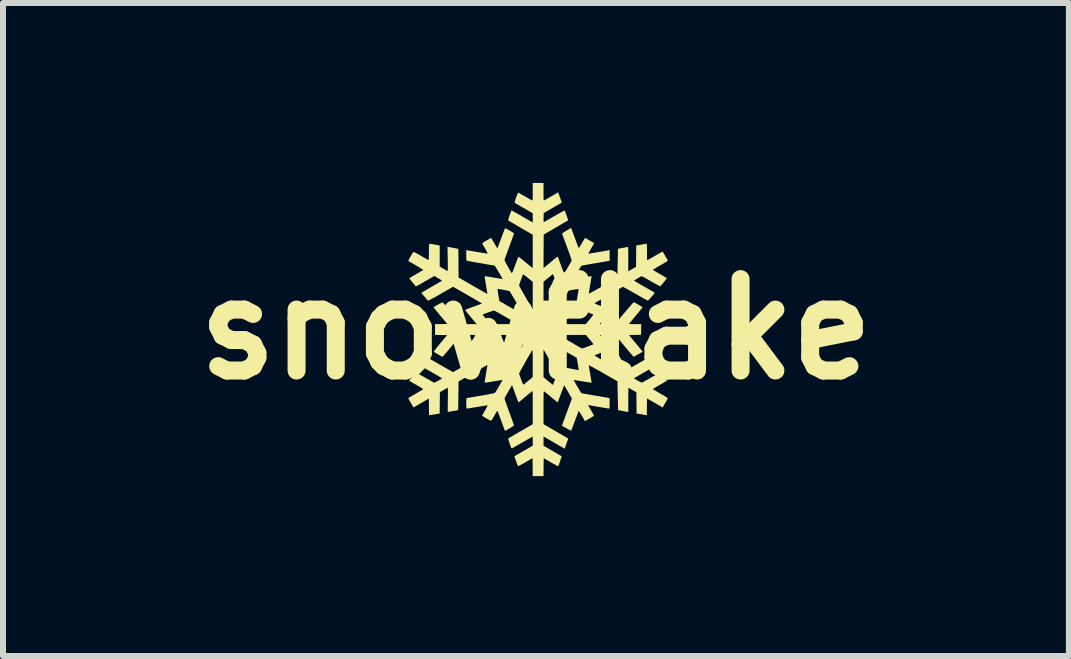
<source format=kicad_pcb>
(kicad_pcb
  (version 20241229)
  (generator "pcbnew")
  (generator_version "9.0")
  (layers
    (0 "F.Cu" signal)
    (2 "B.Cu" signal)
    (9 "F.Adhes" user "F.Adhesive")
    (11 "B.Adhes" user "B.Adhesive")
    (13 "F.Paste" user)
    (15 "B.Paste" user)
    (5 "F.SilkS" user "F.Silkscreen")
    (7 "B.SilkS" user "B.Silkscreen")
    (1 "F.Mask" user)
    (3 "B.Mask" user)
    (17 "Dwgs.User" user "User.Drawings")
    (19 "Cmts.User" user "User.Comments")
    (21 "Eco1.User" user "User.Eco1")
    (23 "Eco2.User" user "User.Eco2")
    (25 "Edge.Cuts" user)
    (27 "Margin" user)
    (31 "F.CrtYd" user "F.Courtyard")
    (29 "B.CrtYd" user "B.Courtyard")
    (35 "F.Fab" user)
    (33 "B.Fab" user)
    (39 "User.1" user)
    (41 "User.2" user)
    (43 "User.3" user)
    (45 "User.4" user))
  (footprint "snowflake"
    (layer "F.Cu")
    (at 5.886 2.438)
    (property "Reference" "snowflake" (at 0 0 0) (layer "F.SilkS") (effects (font (size 1.524 1.524) (thickness 0.3))))
    (attr board_only exclude_from_pos_files exclude_from_bom)
    (fp_poly (pts (xy 0.126 -2.29) (xy 0.126 -2.244) (xy 0.126 -2.208) (xy 0.127 -2.182) (xy 0.128 -2.164) (xy 0.129 -2.153) (xy 0.131 -2.147) (xy 0.134 -2.146) (xy 0.134 -2.146) (xy 0.142 -2.15) (xy 0.157 -2.159) (xy 0.18 -2.171) (xy 0.207 -2.187) (xy 0.236 -2.204) (xy 0.267 -2.221) (xy 0.296 -2.238) (xy 0.323 -2.254) (xy 0.345 -2.267) (xy 0.351 -2.271) (xy 0.369 -2.282) (xy 0.4 -2.197) (xy 0.411 -2.167) (xy 0.42 -2.142) (xy 0.426 -2.123) (xy 0.429 -2.112) (xy 0.429 -2.11) (xy 0.424 -2.107) (xy 0.409 -2.098) (xy 0.387 -2.085) (xy 0.358 -2.069) (xy 0.325 -2.049) (xy 0.287 -2.027) (xy 0.278 -2.022) (xy 0.129 -1.936) (xy 0.127 -1.86) (xy 0.127 -1.828) (xy 0.127 -1.807) (xy 0.128 -1.794) (xy 0.13 -1.788) (xy 0.133 -1.786) (xy 0.134 -1.787) (xy 0.142 -1.791) (xy 0.158 -1.8) (xy 0.182 -1.813) (xy 0.212 -1.831) (xy 0.248 -1.851) (xy 0.287 -1.874) (xy 0.309 -1.886) (xy 0.35 -1.91) (xy 0.387 -1.931) (xy 0.419 -1.949) (xy 0.446 -1.963) (xy 0.466 -1.973) (xy 0.477 -1.978) (xy 0.479 -1.978) (xy 0.483 -1.971) (xy 0.489 -1.955) (xy 0.497 -1.932) (xy 0.507 -1.904) (xy 0.511 -1.894) (xy 0.538 -1.815) (xy 0.333 -1.696) (xy 0.129 -1.577) (xy 0.127 -1.297) (xy 0.126 -1.018) (xy 0.202 -1.081) (xy 0.245 -1.116) (xy 0.279 -1.145) (xy 0.305 -1.167) (xy 0.326 -1.183) (xy 0.341 -1.195) (xy 0.351 -1.203) (xy 0.357 -1.207) (xy 0.361 -1.209) (xy 0.362 -1.209) (xy 0.363 -1.209) (xy 0.365 -1.202) (xy 0.372 -1.187) (xy 0.381 -1.163) (xy 0.392 -1.132) (xy 0.405 -1.097) (xy 0.414 -1.075) (xy 0.427 -1.037) (xy 0.44 -1.003) (xy 0.451 -0.974) (xy 0.46 -0.952) (xy 0.465 -0.939) (xy 0.466 -0.936) (xy 0.47 -0.936) (xy 0.478 -0.944) (xy 0.49 -0.962) (xy 0.507 -0.989) (xy 0.528 -1.025) (xy 0.547 -1.057) (xy 0.563 -1.085) (xy 0.577 -1.11) (xy 0.587 -1.127) (xy 0.592 -1.136) (xy 0.593 -1.141) (xy 0.593 -1.148) (xy 0.59 -1.16) (xy 0.586 -1.176) (xy 0.579 -1.198) (xy 0.569 -1.228) (xy 0.555 -1.265) (xy 0.538 -1.312) (xy 0.518 -1.366) (xy 0.5 -1.415) (xy 0.484 -1.46) (xy 0.469 -1.501) (xy 0.456 -1.536) (xy 0.446 -1.563) (xy 0.439 -1.582) (xy 0.436 -1.591) (xy 0.436 -1.592) (xy 0.44 -1.598) (xy 0.454 -1.609) (xy 0.476 -1.623) (xy 0.505 -1.641) (xy 0.51 -1.644) (xy 0.586 -1.688) (xy 0.598 -1.657) (xy 0.603 -1.643) (xy 0.612 -1.619) (xy 0.623 -1.588) (xy 0.637 -1.552) (xy 0.651 -1.513) (xy 0.659 -1.491) (xy 0.673 -1.453) (xy 0.686 -1.419) (xy 0.697 -1.391) (xy 0.705 -1.369) (xy 0.711 -1.356) (xy 0.712 -1.352) (xy 0.716 -1.356) (xy 0.725 -1.368) (xy 0.738 -1.388) (xy 0.753 -1.413) (xy 0.766 -1.435) (xy 0.782 -1.463) (xy 0.797 -1.488) (xy 0.809 -1.507) (xy 0.816 -1.519) (xy 0.819 -1.521) (xy 0.824 -1.518) (xy 0.838 -1.511) (xy 0.857 -1.5) (xy 0.88 -1.487) (xy 0.905 -1.473) (xy 0.928 -1.459) (xy 0.948 -1.448) (xy 0.962 -1.439) (xy 0.969 -1.435) (xy 0.969 -1.435) (xy 0.967 -1.429) (xy 0.959 -1.415) (xy 0.948 -1.394) (xy 0.933 -1.368) (xy 0.92 -1.345) (xy 0.903 -1.317) (xy 0.89 -1.292) (xy 0.88 -1.273) (xy 0.875 -1.261) (xy 0.874 -1.258) (xy 0.881 -1.259) (xy 0.898 -1.261) (xy 0.923 -1.266) (xy 0.954 -1.271) (xy 0.99 -1.277) (xy 1.028 -1.283) (xy 1.067 -1.29) (xy 1.105 -1.296) (xy 1.14 -1.302) (xy 1.17 -1.308) (xy 1.194 -1.312) (xy 1.209 -1.315) (xy 1.211 -1.315) (xy 1.228 -1.319) (xy 1.228 -1.14) (xy 1.008 -1.102) (xy 0.957 -1.094) (xy 0.91 -1.086) (xy 0.867 -1.078) (xy 0.83 -1.072) (xy 0.801 -1.067) (xy 0.78 -1.063) (xy 0.77 -1.061) (xy 0.77 -1.061) (xy 0.763 -1.058) (xy 0.756 -1.052) (xy 0.748 -1.042) (xy 0.737 -1.027) (xy 0.723 -1.004) (xy 0.704 -0.973) (xy 0.691 -0.95) (xy 0.672 -0.918) (xy 0.656 -0.889) (xy 0.643 -0.866) (xy 0.635 -0.849) (xy 0.632 -0.84) (xy 0.632 -0.84) (xy 0.638 -0.84) (xy 0.655 -0.842) (xy 0.68 -0.845) (xy 0.712 -0.85) (xy 0.749 -0.856) (xy 0.78 -0.861) (xy 0.82 -0.868) (xy 0.856 -0.874) (xy 0.886 -0.879) (xy 0.909 -0.882) (xy 0.923 -0.884) (xy 0.926 -0.884) (xy 0.926 -0.878) (xy 0.924 -0.862) (xy 0.92 -0.837) (xy 0.915 -0.805) (xy 0.909 -0.768) (xy 0.904 -0.742) (xy 0.898 -0.702) (xy 0.892 -0.666) (xy 0.887 -0.636) (xy 0.884 -0.613) (xy 0.882 -0.598) (xy 0.882 -0.595) (xy 0.887 -0.596) (xy 0.902 -0.602) (xy 0.927 -0.615) (xy 0.961 -0.633) (xy 1.002 -0.656) (xy 1.052 -0.684) (xy 1.109 -0.717) (xy 1.12 -0.723) (xy 1.357 -0.86) (xy 1.36 -1.009) (xy 1.361 -1.057) (xy 1.362 -1.107) (xy 1.363 -1.156) (xy 1.364 -1.2) (xy 1.365 -1.237) (xy 1.365 -1.249) (xy 1.366 -1.34) (xy 1.449 -1.356) (xy 1.479 -1.361) (xy 1.505 -1.366) (xy 1.524 -1.37) (xy 1.534 -1.371) (xy 1.536 -1.372) (xy 1.536 -1.366) (xy 1.537 -1.349) (xy 1.538 -1.324) (xy 1.538 -1.29) (xy 1.539 -1.25) (xy 1.539 -1.205) (xy 1.539 -1.168) (xy 1.539 -0.965) (xy 1.604 -1.002) (xy 1.668 -1.04) (xy 1.67 -1.218) (xy 1.67 -1.262) (xy 1.671 -1.303) (xy 1.671 -1.338) (xy 1.672 -1.366) (xy 1.672 -1.385) (xy 1.673 -1.395) (xy 1.673 -1.395) (xy 1.679 -1.396) (xy 1.695 -1.399) (xy 1.718 -1.403) (xy 1.747 -1.408) (xy 1.758 -1.41) (xy 1.788 -1.416) (xy 1.815 -1.42) (xy 1.834 -1.424) (xy 1.845 -1.425) (xy 1.846 -1.425) (xy 1.847 -1.42) (xy 1.849 -1.404) (xy 1.85 -1.379) (xy 1.85 -1.347) (xy 1.851 -1.311) (xy 1.851 -1.288) (xy 1.851 -1.248) (xy 1.851 -1.214) (xy 1.852 -1.185) (xy 1.853 -1.164) (xy 1.854 -1.152) (xy 1.855 -1.15) (xy 1.861 -1.153) (xy 1.877 -1.161) (xy 1.899 -1.173) (xy 1.927 -1.189) (xy 1.96 -1.208) (xy 1.984 -1.222) (xy 2.019 -1.242) (xy 2.051 -1.26) (xy 2.077 -1.275) (xy 2.097 -1.286) (xy 2.108 -1.292) (xy 2.111 -1.294) (xy 2.115 -1.289) (xy 2.123 -1.276) (xy 2.135 -1.256) (xy 2.149 -1.232) (xy 2.151 -1.229) (xy 2.166 -1.203) (xy 2.179 -1.18) (xy 2.19 -1.162) (xy 2.196 -1.152) (xy 2.196 -1.152) (xy 2.198 -1.148) (xy 2.198 -1.144) (xy 2.195 -1.139) (xy 2.187 -1.132) (xy 2.173 -1.123) (xy 2.153 -1.111) (xy 2.125 -1.094) (xy 2.087 -1.073) (xy 2.076 -1.066) (xy 2.04 -1.046) (xy 2.009 -1.027) (xy 1.983 -1.011) (xy 1.963 -0.999) (xy 1.952 -0.991) (xy 1.95 -0.988) (xy 1.955 -0.984) (xy 1.97 -0.975) (xy 1.992 -0.962) (xy 2.019 -0.946) (xy 2.051 -0.928) (xy 2.059 -0.923) (xy 2.092 -0.904) (xy 2.122 -0.887) (xy 2.147 -0.873) (xy 2.165 -0.862) (xy 2.175 -0.855) (xy 2.176 -0.855) (xy 2.179 -0.851) (xy 2.179 -0.845) (xy 2.174 -0.837) (xy 2.164 -0.823) (xy 2.148 -0.803) (xy 2.132 -0.784) (xy 2.112 -0.76) (xy 2.095 -0.74) (xy 2.082 -0.725) (xy 2.074 -0.717) (xy 2.073 -0.716) (xy 2.066 -0.718) (xy 2.051 -0.725) (xy 2.028 -0.737) (xy 1.998 -0.753) (xy 1.964 -0.772) (xy 1.926 -0.794) (xy 1.915 -0.8) (xy 1.868 -0.827) (xy 1.829 -0.849) (xy 1.8 -0.865) (xy 1.778 -0.875) (xy 1.764 -0.881) (xy 1.756 -0.882) (xy 1.755 -0.882) (xy 1.746 -0.877) (xy 1.73 -0.867) (xy 1.708 -0.855) (xy 1.69 -0.845) (xy 1.668 -0.831) (xy 1.65 -0.82) (xy 1.638 -0.812) (xy 1.635 -0.809) (xy 1.64 -0.806) (xy 1.655 -0.797) (xy 1.677 -0.783) (xy 1.706 -0.766) (xy 1.74 -0.746) (xy 1.779 -0.724) (xy 1.801 -0.711) (xy 1.842 -0.688) (xy 1.88 -0.666) (xy 1.913 -0.647) (xy 1.941 -0.632) (xy 1.961 -0.62) (xy 1.973 -0.613) (xy 1.976 -0.611) (xy 1.978 -0.607) (xy 1.974 -0.599) (xy 1.965 -0.585) (xy 1.949 -0.566) (xy 1.929 -0.543) (xy 1.909 -0.52) (xy 1.891 -0.5) (xy 1.878 -0.485) (xy 1.87 -0.477) (xy 1.869 -0.476) (xy 1.862 -0.478) (xy 1.847 -0.486) (xy 1.823 -0.498) (xy 1.793 -0.514) (xy 1.758 -0.534) (xy 1.717 -0.556) (xy 1.676 -0.58) (xy 1.632 -0.605) (xy 1.59 -0.629) (xy 1.553 -0.65) (xy 1.521 -0.668) (xy 1.495 -0.682) (xy 1.477 -0.692) (xy 1.469 -0.697) (xy 1.45 -0.707) (xy 1.215 -0.571) (xy 1.166 -0.544) (xy 1.121 -0.517) (xy 1.08 -0.494) (xy 1.044 -0.473) (xy 1.014 -0.456) (xy 0.992 -0.443) (xy 0.979 -0.434) (xy 0.975 -0.432) (xy 0.979 -0.429) (xy 0.993 -0.422) (xy 1.015 -0.413) (xy 1.044 -0.401) (xy 1.078 -0.388) (xy 1.106 -0.378) (xy 1.145 -0.364) (xy 1.179 -0.351) (xy 1.208 -0.34) (xy 1.231 -0.331) (xy 1.244 -0.325) (xy 1.248 -0.323) (xy 1.246 -0.317) (xy 1.236 -0.302) (xy 1.219 -0.279) (xy 1.195 -0.248) (xy 1.164 -0.21) (xy 1.126 -0.164) (xy 1.085 -0.115) (xy 1.059 -0.084) (xy 1.317 -0.084) (xy 1.471 -0.268) (xy 1.505 -0.308) (xy 1.536 -0.345) (xy 1.565 -0.378) (xy 1.589 -0.406) (xy 1.609 -0.428) (xy 1.623 -0.443) (xy 1.63 -0.45) (xy 1.631 -0.45) (xy 1.64 -0.446) (xy 1.655 -0.438) (xy 1.676 -0.427) (xy 1.699 -0.413) (xy 1.723 -0.4) (xy 1.745 -0.387) (xy 1.763 -0.376) (xy 1.775 -0.368) (xy 1.779 -0.365) (xy 1.775 -0.36) (xy 1.764 -0.347) (xy 1.748 -0.327) (xy 1.727 -0.301) (xy 1.702 -0.271) (xy 1.674 -0.237) (xy 1.665 -0.226) (xy 1.636 -0.192) (xy 1.61 -0.16) (xy 1.588 -0.133) (xy 1.57 -0.111) (xy 1.557 -0.096) (xy 1.552 -0.088) (xy 1.551 -0.087) (xy 1.557 -0.086) (xy 1.573 -0.085) (xy 1.596 -0.084) (xy 1.626 -0.084) (xy 1.653 -0.084) (xy 1.755 -0.084) (xy 1.753 0.004) (xy 1.752 0.093) (xy 1.651 0.096) (xy 1.551 0.099) (xy 1.665 0.236) (xy 1.693 0.27) (xy 1.72 0.302) (xy 1.742 0.329) (xy 1.76 0.351) (xy 1.772 0.366) (xy 1.778 0.374) (xy 1.779 0.374) (xy 1.774 0.378) (xy 1.761 0.386) (xy 1.742 0.397) (xy 1.719 0.411) (xy 1.695 0.424) (xy 1.671 0.438) (xy 1.651 0.449) (xy 1.636 0.457) (xy 1.628 0.461) (xy 1.628 0.461) (xy 1.623 0.457) (xy 1.612 0.444) (xy 1.595 0.424) (xy 1.573 0.398) (xy 1.546 0.366) (xy 1.516 0.33) (xy 1.483 0.291) (xy 1.473 0.279) (xy 1.321 0.096) (xy 1.193 0.096) (xy 1.156 0.096) (xy 1.123 0.096) (xy 1.096 0.097) (xy 1.076 0.098) (xy 1.067 0.099) (xy 1.066 0.099) (xy 1.07 0.104) (xy 1.08 0.117) (xy 1.096 0.137) (xy 1.117 0.162) (xy 1.141 0.191) (xy 1.159 0.213) (xy 1.185 0.244) (xy 1.208 0.273) (xy 1.227 0.296) (xy 1.241 0.315) (xy 1.25 0.326) (xy 1.252 0.329) (xy 1.246 0.332) (xy 1.231 0.339) (xy 1.208 0.348) (xy 1.178 0.36) (xy 1.143 0.373) (xy 1.115 0.383) (xy 1.077 0.397) (xy 1.043 0.41) (xy 1.014 0.421) (xy 0.992 0.429) (xy 0.978 0.435) (xy 0.975 0.437) (xy 0.979 0.44) (xy 0.993 0.449) (xy 1.014 0.462) (xy 1.042 0.479) (xy 1.075 0.499) (xy 1.113 0.521) (xy 1.154 0.545) (xy 1.196 0.57) (xy 1.239 0.594) (xy 1.281 0.619) (xy 1.321 0.642) (xy 1.357 0.662) (xy 1.389 0.681) (xy 1.416 0.695) (xy 1.435 0.706) (xy 1.446 0.711) (xy 1.448 0.712) (xy 1.454 0.709) (xy 1.47 0.701) (xy 1.494 0.689) (xy 1.525 0.672) (xy 1.562 0.653) (xy 1.602 0.63) (xy 1.647 0.605) (xy 1.693 0.579) (xy 1.74 0.552) (xy 1.787 0.525) (xy 1.833 0.499) (xy 1.848 0.49) (xy 1.867 0.479) (xy 1.925 0.546) (xy 1.947 0.573) (xy 1.962 0.591) (xy 1.971 0.604) (xy 1.975 0.612) (xy 1.975 0.618) (xy 1.972 0.622) (xy 1.972 0.622) (xy 1.964 0.627) (xy 1.948 0.637) (xy 1.923 0.651) (xy 1.892 0.669) (xy 1.857 0.689) (xy 1.817 0.712) (xy 1.798 0.723) (xy 1.758 0.746) (xy 1.722 0.767) (xy 1.69 0.786) (xy 1.664 0.801) (xy 1.646 0.812) (xy 1.636 0.819) (xy 1.635 0.82) (xy 1.64 0.824) (xy 1.654 0.833) (xy 1.673 0.844) (xy 1.698 0.858) (xy 1.698 0.859) (xy 1.726 0.874) (xy 1.745 0.883) (xy 1.758 0.888) (xy 1.767 0.89) (xy 1.775 0.888) (xy 1.777 0.887) (xy 1.785 0.882) (xy 1.803 0.873) (xy 1.827 0.859) (xy 1.856 0.843) (xy 1.888 0.824) (xy 1.923 0.805) (xy 1.957 0.785) (xy 1.989 0.767) (xy 2.017 0.751) (xy 2.04 0.737) (xy 2.052 0.73) (xy 2.07 0.719) (xy 2.129 0.788) (xy 2.149 0.812) (xy 2.166 0.833) (xy 2.178 0.849) (xy 2.185 0.858) (xy 2.185 0.859) (xy 2.18 0.863) (xy 2.165 0.871) (xy 2.143 0.884) (xy 2.115 0.9) (xy 2.083 0.918) (xy 2.065 0.928) (xy 2.031 0.948) (xy 2.001 0.965) (xy 1.977 0.98) (xy 1.96 0.992) (xy 1.95 0.998) (xy 1.949 1) (xy 1.955 1.004) (xy 1.97 1.013) (xy 1.992 1.026) (xy 2.02 1.043) (xy 2.053 1.062) (xy 2.075 1.075) (xy 2.11 1.095) (xy 2.14 1.113) (xy 2.166 1.129) (xy 2.185 1.141) (xy 2.196 1.149) (xy 2.198 1.151) (xy 2.195 1.158) (xy 2.187 1.173) (xy 2.176 1.194) (xy 2.161 1.22) (xy 2.155 1.231) (xy 2.113 1.306) (xy 2.094 1.294) (xy 2.082 1.287) (xy 2.062 1.276) (xy 2.037 1.261) (xy 2.009 1.245) (xy 1.978 1.227) (xy 1.947 1.209) (xy 1.918 1.193) (xy 1.892 1.178) (xy 1.872 1.166) (xy 1.858 1.159) (xy 1.853 1.156) (xy 1.852 1.162) (xy 1.851 1.178) (xy 1.851 1.202) (xy 1.85 1.234) (xy 1.85 1.271) (xy 1.849 1.295) (xy 1.848 1.435) (xy 1.762 1.42) (xy 1.677 1.406) (xy 1.674 1.052) (xy 1.609 1.014) (xy 1.584 1) (xy 1.563 0.988) (xy 1.548 0.98) (xy 1.542 0.976) (xy 1.541 0.976) (xy 1.541 0.982) (xy 1.54 0.998) (xy 1.54 1.024) (xy 1.54 1.057) (xy 1.539 1.097) (xy 1.539 1.142) (xy 1.539 1.179) (xy 1.539 1.382) (xy 1.454 1.366) (xy 1.369 1.35) (xy 1.365 1.182) (xy 1.364 1.134) (xy 1.363 1.086) (xy 1.362 1.039) (xy 1.361 0.998) (xy 1.361 0.964) (xy 1.36 0.943) (xy 1.36 0.87) (xy 1.12 0.732) (xy 1.068 0.702) (xy 1.02 0.676) (xy 0.978 0.652) (xy 0.943 0.633) (xy 0.914 0.618) (xy 0.894 0.607) (xy 0.883 0.602) (xy 0.88 0.602) (xy 0.881 0.61) (xy 0.884 0.628) (xy 0.888 0.655) (xy 0.894 0.688) (xy 0.9 0.725) (xy 0.905 0.749) (xy 0.911 0.789) (xy 0.917 0.824) (xy 0.922 0.854) (xy 0.925 0.876) (xy 0.927 0.889) (xy 0.927 0.892) (xy 0.921 0.892) (xy 0.905 0.89) (xy 0.88 0.887) (xy 0.848 0.882) (xy 0.811 0.876) (xy 0.779 0.871) (xy 0.738 0.864) (xy 0.702 0.858) (xy 0.671 0.853) (xy 0.648 0.85) (xy 0.634 0.848) (xy 0.63 0.848) (xy 0.632 0.853) (xy 0.639 0.868) (xy 0.651 0.889) (xy 0.666 0.917) (xy 0.684 0.948) (xy 0.69 0.958) (xy 0.715 1.001) (xy 0.735 1.034) (xy 0.75 1.055) (xy 0.76 1.067) (xy 0.764 1.069) (xy 0.772 1.071) (xy 0.791 1.074) (xy 0.819 1.079) (xy 0.854 1.085) (xy 0.896 1.092) (xy 0.942 1.1) (xy 0.988 1.108) (xy 1.038 1.116) (xy 1.084 1.124) (xy 1.125 1.131) (xy 1.16 1.137) (xy 1.188 1.142) (xy 1.207 1.146) (xy 1.214 1.147) (xy 1.22 1.149) (xy 1.223 1.152) (xy 1.226 1.159) (xy 1.227 1.171) (xy 1.228 1.191) (xy 1.228 1.22) (xy 1.228 1.237) (xy 1.228 1.271) (xy 1.227 1.295) (xy 1.226 1.31) (xy 1.224 1.319) (xy 1.221 1.323) (xy 1.217 1.324) (xy 1.209 1.323) (xy 1.19 1.32) (xy 1.163 1.315) (xy 1.129 1.31) (xy 1.089 1.303) (xy 1.046 1.296) (xy 1.038 1.294) (xy 0.869 1.265) (xy 0.877 1.281) (xy 0.883 1.292) (xy 0.894 1.311) (xy 0.908 1.335) (xy 0.924 1.362) (xy 0.927 1.368) (xy 0.942 1.394) (xy 0.955 1.417) (xy 0.963 1.434) (xy 0.967 1.443) (xy 0.967 1.444) (xy 0.961 1.448) (xy 0.947 1.457) (xy 0.928 1.469) (xy 0.915 1.476) (xy 0.89 1.491) (xy 0.866 1.505) (xy 0.847 1.516) (xy 0.841 1.519) (xy 0.817 1.533) (xy 0.767 1.446) (xy 0.75 1.418) (xy 0.735 1.394) (xy 0.723 1.376) (xy 0.715 1.365) (xy 0.712 1.364) (xy 0.709 1.37) (xy 0.703 1.387) (xy 0.693 1.412) (xy 0.681 1.443) (xy 0.667 1.48) (xy 0.652 1.521) (xy 0.65 1.527) (xy 0.634 1.568) (xy 0.62 1.606) (xy 0.608 1.639) (xy 0.598 1.664) (xy 0.591 1.682) (xy 0.587 1.69) (xy 0.587 1.691) (xy 0.581 1.69) (xy 0.566 1.683) (xy 0.545 1.673) (xy 0.519 1.659) (xy 0.508 1.652) (xy 0.432 1.609) (xy 0.449 1.563) (xy 0.455 1.546) (xy 0.465 1.52) (xy 0.478 1.486) (xy 0.492 1.446) (xy 0.509 1.402) (xy 0.526 1.356) (xy 0.533 1.337) (xy 0.599 1.157) (xy 0.536 1.047) (xy 0.517 1.014) (xy 0.5 0.985) (xy 0.486 0.962) (xy 0.476 0.945) (xy 0.471 0.936) (xy 0.47 0.936) (xy 0.468 0.941) (xy 0.462 0.955) (xy 0.453 0.978) (xy 0.442 1.008) (xy 0.429 1.043) (xy 0.417 1.076) (xy 0.402 1.115) (xy 0.389 1.15) (xy 0.378 1.18) (xy 0.37 1.202) (xy 0.364 1.216) (xy 0.363 1.22) (xy 0.358 1.217) (xy 0.345 1.207) (xy 0.326 1.192) (xy 0.301 1.172) (xy 0.272 1.148) (xy 0.25 1.13) (xy 0.219 1.104) (xy 0.191 1.081) (xy 0.166 1.061) (xy 0.148 1.046) (xy 0.136 1.036) (xy 0.133 1.034) (xy 0.131 1.036) (xy 0.13 1.045) (xy 0.128 1.061) (xy 0.127 1.086) (xy 0.127 1.12) (xy 0.126 1.163) (xy 0.126 1.217) (xy 0.126 1.281) (xy 0.126 1.307) (xy 0.126 1.584) (xy 0.331 1.703) (xy 0.376 1.729) (xy 0.418 1.754) (xy 0.455 1.775) (xy 0.486 1.794) (xy 0.511 1.808) (xy 0.529 1.818) (xy 0.537 1.823) (xy 0.537 1.823) (xy 0.536 1.829) (xy 0.531 1.843) (xy 0.524 1.864) (xy 0.515 1.889) (xy 0.506 1.916) (xy 0.497 1.942) (xy 0.489 1.964) (xy 0.482 1.981) (xy 0.478 1.99) (xy 0.478 1.991) (xy 0.472 1.989) (xy 0.458 1.981) (xy 0.436 1.968) (xy 0.407 1.952) (xy 0.373 1.933) (xy 0.336 1.911) (xy 0.323 1.903) (xy 0.284 1.88) (xy 0.246 1.858) (xy 0.212 1.839) (xy 0.184 1.823) (xy 0.163 1.81) (xy 0.15 1.803) (xy 0.148 1.802) (xy 0.126 1.791) (xy 0.126 1.944) (xy 0.276 2.03) (xy 0.314 2.052) (xy 0.349 2.072) (xy 0.379 2.09) (xy 0.403 2.104) (xy 0.42 2.114) (xy 0.428 2.12) (xy 0.428 2.12) (xy 0.427 2.126) (xy 0.422 2.142) (xy 0.415 2.163) (xy 0.407 2.188) (xy 0.397 2.215) (xy 0.388 2.241) (xy 0.38 2.262) (xy 0.373 2.278) (xy 0.37 2.286) (xy 0.37 2.286) (xy 0.364 2.283) (xy 0.349 2.276) (xy 0.327 2.264) (xy 0.3 2.249) (xy 0.267 2.231) (xy 0.248 2.22) (xy 0.129 2.151) (xy 0.127 2.3) (xy 0.126 2.45) (xy -0.054 2.45) (xy -0.057 2.15) (xy -0.176 2.219) (xy -0.21 2.239) (xy -0.241 2.256) (xy -0.267 2.269) (xy -0.286 2.279) (xy -0.297 2.283) (xy -0.3 2.284) (xy -0.304 2.276) (xy -0.31 2.261) (xy -0.318 2.239) (xy -0.328 2.214) (xy -0.337 2.187) (xy -0.346 2.162) (xy -0.353 2.141) (xy -0.357 2.125) (xy -0.359 2.118) (xy -0.359 2.118) (xy -0.353 2.115) (xy -0.338 2.106) (xy -0.316 2.093) (xy -0.287 2.077) (xy -0.253 2.057) (xy -0.215 2.036) (xy -0.205 2.03) (xy -0.054 1.943) (xy -0.054 1.867) (xy -0.054 1.79) (xy -0.07 1.799) (xy -0.08 1.804) (xy -0.098 1.814) (xy -0.123 1.829) (xy -0.155 1.847) (xy -0.191 1.868) (xy -0.231 1.891) (xy -0.247 1.901) (xy -0.292 1.927) (xy -0.328 1.947) (xy -0.356 1.963) (xy -0.376 1.974) (xy -0.391 1.981) (xy -0.401 1.985) (xy -0.407 1.986) (xy -0.41 1.984) (xy -0.412 1.981) (xy -0.413 1.981) (xy -0.428 1.939) (xy -0.441 1.902) (xy -0.451 1.87) (xy -0.458 1.845) (xy -0.462 1.828) (xy -0.462 1.821) (xy -0.462 1.821) (xy -0.455 1.817) (xy -0.44 1.808) (xy -0.416 1.795) (xy -0.386 1.777) (xy -0.35 1.756) (xy -0.309 1.732) (xy -0.265 1.706) (xy -0.255 1.701) (xy -0.054 1.584) (xy -0.054 1.307) (xy -0.054 1.251) (xy -0.054 1.198) (xy -0.054 1.151) (xy -0.055 1.11) (xy -0.055 1.076) (xy -0.056 1.05) (xy -0.056 1.035) (xy -0.056 1.03) (xy -0.062 1.034) (xy -0.075 1.044) (xy -0.094 1.06) (xy -0.12 1.081) (xy -0.149 1.105) (xy -0.175 1.126) (xy -0.29 1.222) (xy -0.298 1.205) (xy -0.302 1.195) (xy -0.31 1.175) (xy -0.32 1.148) (xy -0.332 1.115) (xy -0.346 1.079) (xy -0.352 1.061) (xy -0.399 0.933) (xy -0.46 1.037) (xy -0.479 1.069) (xy -0.495 1.098) (xy -0.509 1.123) (xy -0.519 1.141) (xy -0.524 1.15) (xy -0.524 1.151) (xy -0.523 1.158) (xy -0.518 1.176) (xy -0.509 1.203) (xy -0.498 1.237) (xy -0.483 1.279) (xy -0.467 1.325) (xy -0.448 1.376) (xy -0.446 1.381) (xy -0.428 1.429) (xy -0.412 1.475) (xy -0.397 1.516) (xy -0.385 1.55) (xy -0.376 1.578) (xy -0.37 1.597) (xy -0.367 1.607) (xy -0.367 1.608) (xy -0.373 1.612) (xy -0.387 1.621) (xy -0.406 1.633) (xy -0.429 1.647) (xy -0.453 1.661) (xy -0.476 1.674) (xy -0.496 1.685) (xy -0.51 1.692) (xy -0.517 1.694) (xy -0.517 1.694) (xy -0.52 1.688) (xy -0.526 1.672) (xy -0.535 1.648) (xy -0.546 1.617) (xy -0.56 1.581) (xy -0.574 1.541) (xy -0.575 1.539) (xy -0.59 1.498) (xy -0.604 1.46) (xy -0.616 1.427) (xy -0.627 1.4) (xy -0.634 1.381) (xy -0.638 1.372) (xy -0.64 1.368) (xy -0.642 1.365) (xy -0.645 1.366) (xy -0.65 1.37) (xy -0.657 1.379) (xy -0.666 1.394) (xy -0.68 1.416) (xy -0.697 1.447) (xy -0.72 1.486) (xy -0.727 1.499) (xy -0.737 1.515) (xy -0.746 1.525) (xy -0.75 1.527) (xy -0.757 1.524) (xy -0.772 1.517) (xy -0.793 1.506) (xy -0.816 1.493) (xy -0.84 1.479) (xy -0.863 1.466) (xy -0.882 1.455) (xy -0.894 1.446) (xy -0.898 1.443) (xy -0.895 1.436) (xy -0.888 1.422) (xy -0.876 1.4) (xy -0.861 1.374) (xy -0.85 1.356) (xy -0.834 1.328) (xy -0.821 1.304) (xy -0.811 1.285) (xy -0.806 1.273) (xy -0.806 1.271) (xy -0.812 1.271) (xy -0.829 1.273) (xy -0.854 1.276) (xy -0.887 1.281) (xy -0.925 1.288) (xy -0.968 1.295) (xy -0.975 1.296) (xy -1.018 1.303) (xy -1.058 1.31) (xy -1.093 1.315) (xy -1.121 1.32) (xy -1.141 1.323) (xy -1.151 1.324) (xy -1.151 1.324) (xy -1.156 1.323) (xy -1.158 1.318) (xy -1.16 1.309) (xy -1.161 1.293) (xy -1.162 1.269) (xy -1.162 1.237) (xy -1.162 1.204) (xy -1.161 1.18) (xy -1.16 1.165) (xy -1.159 1.156) (xy -1.155 1.151) (xy -1.151 1.149) (xy -1.148 1.148) (xy -1.14 1.146) (xy -1.12 1.143) (xy -1.092 1.138) (xy -1.056 1.132) (xy -1.014 1.125) (xy -0.967 1.117) (xy -0.917 1.108) (xy -0.913 1.108) (xy -0.849 1.097) (xy -0.796 1.087) (xy -0.754 1.079) (xy -0.722 1.073) (xy -0.7 1.067) (xy -0.687 1.063) (xy -0.682 1.061) (xy -0.677 1.053) (xy -0.667 1.037) (xy -0.653 1.016) (xy -0.638 0.99) (xy -0.621 0.961) (xy -0.605 0.932) (xy -0.589 0.905) (xy -0.576 0.881) (xy -0.565 0.862) (xy -0.559 0.85) (xy -0.559 0.847) (xy -0.565 0.847) (xy -0.581 0.85) (xy -0.606 0.854) (xy -0.638 0.859) (xy -0.675 0.865) (xy -0.707 0.87) (xy -0.758 0.879) (xy -0.797 0.885) (xy -0.826 0.889) (xy -0.845 0.891) (xy -0.854 0.89) (xy -0.855 0.889) (xy -0.855 0.881) (xy -0.852 0.864) (xy -0.849 0.838) (xy -0.843 0.805) (xy -0.837 0.767) (xy -0.832 0.74) (xy -0.832 0.737) (xy -0.282 0.737) (xy -0.28 0.745) (xy -0.274 0.763) (xy -0.266 0.787) (xy -0.255 0.817) (xy -0.248 0.837) (xy -0.235 0.871) (xy -0.226 0.895) (xy -0.219 0.911) (xy -0.214 0.92) (xy -0.209 0.923) (xy -0.205 0.922) (xy -0.203 0.921) (xy -0.195 0.915) (xy -0.179 0.902) (xy -0.158 0.885) (xy -0.134 0.865) (xy -0.123 0.856) (xy -0.055 0.8) (xy -0.054 0.569) (xy -0.054 0.51) (xy -0.054 0.462) (xy -0.055 0.423) (xy -0.055 0.394) (xy -0.056 0.373) (xy -0.057 0.359) (xy -0.058 0.351) (xy -0.06 0.349) (xy -0.062 0.351) (xy -0.07 0.363) (xy -0.082 0.384) (xy -0.098 0.411) (xy -0.117 0.443) (xy -0.138 0.479) (xy -0.16 0.517) (xy -0.182 0.557) (xy -0.204 0.595) (xy -0.225 0.632) (xy -0.243 0.666) (xy -0.259 0.694) (xy -0.271 0.717) (xy -0.279 0.731) (xy -0.282 0.737) (xy -0.832 0.737) (xy -0.826 0.7) (xy -0.821 0.673) (xy -0.641 0.673) (xy -0.637 0.681) (xy -0.63 0.68) (xy -0.621 0.678) (xy -0.602 0.675) (xy -0.576 0.67) (xy -0.546 0.665) (xy -0.531 0.662) (xy -0.5 0.657) (xy -0.473 0.652) (xy -0.453 0.648) (xy -0.441 0.646) (xy -0.44 0.645) (xy -0.436 0.639) (xy -0.427 0.625) (xy -0.414 0.602) (xy -0.397 0.574) (xy -0.378 0.541) (xy -0.357 0.505) (xy -0.335 0.466) (xy -0.313 0.427) (xy -0.291 0.389) (xy -0.27 0.353) (xy -0.262 0.339) (xy 0.126 0.339) (xy 0.126 0.569) (xy 0.126 0.8) (xy 0.202 0.864) (xy 0.228 0.885) (xy 0.25 0.903) (xy 0.268 0.917) (xy 0.279 0.926) (xy 0.282 0.928) (xy 0.285 0.923) (xy 0.291 0.908) (xy 0.3 0.886) (xy 0.31 0.858) (xy 0.319 0.834) (xy 0.331 0.802) (xy 0.34 0.775) (xy 0.348 0.753) (xy 0.352 0.74) (xy 0.353 0.736) (xy 0.351 0.73) (xy 0.342 0.715) (xy 0.329 0.692) (xy 0.312 0.662) (xy 0.292 0.626) (xy 0.269 0.586) (xy 0.243 0.542) (xy 0.24 0.535) (xy 0.126 0.339) (xy -0.262 0.339) (xy -0.251 0.32) (xy -0.235 0.292) (xy -0.223 0.271) (xy -0.215 0.257) (xy -0.214 0.253) (xy 0.284 0.253) (xy 0.287 0.258) (xy 0.294 0.273) (xy 0.307 0.294) (xy 0.322 0.322) (xy 0.341 0.355) (xy 0.362 0.391) (xy 0.384 0.43) (xy 0.406 0.469) (xy 0.428 0.507) (xy 0.449 0.543) (xy 0.468 0.575) (xy 0.484 0.603) (xy 0.497 0.624) (xy 0.505 0.638) (xy 0.509 0.642) (xy 0.515 0.645) (xy 0.531 0.648) (xy 0.555 0.653) (xy 0.583 0.659) (xy 0.614 0.665) (xy 0.645 0.671) (xy 0.674 0.676) (xy 0.699 0.681) (xy 0.708 0.682) (xy 0.712 0.678) (xy 0.712 0.672) (xy 0.711 0.663) (xy 0.708 0.644) (xy 0.704 0.618) (xy 0.699 0.587) (xy 0.696 0.57) (xy 0.679 0.478) (xy 0.483 0.365) (xy 0.438 0.34) (xy 0.398 0.316) (xy 0.361 0.296) (xy 0.331 0.278) (xy 0.307 0.265) (xy 0.291 0.256) (xy 0.284 0.253) (xy 0.284 0.253) (xy -0.214 0.253) (xy -0.213 0.252) (xy -0.213 0.252) (xy -0.219 0.254) (xy -0.233 0.263) (xy -0.255 0.275) (xy -0.284 0.291) (xy -0.317 0.31) (xy -0.353 0.331) (xy -0.392 0.353) (xy -0.431 0.376) (xy -0.469 0.398) (xy -0.506 0.419) (xy -0.538 0.438) (xy -0.566 0.454) (xy -0.588 0.467) (xy -0.601 0.475) (xy -0.606 0.478) (xy -0.608 0.485) (xy -0.612 0.501) (xy -0.617 0.524) (xy -0.622 0.552) (xy -0.627 0.582) (xy -0.632 0.611) (xy -0.636 0.637) (xy -0.639 0.658) (xy -0.641 0.672) (xy -0.641 0.673) (xy -0.821 0.673) (xy -0.82 0.665) (xy -0.815 0.635) (xy -0.812 0.613) (xy -0.81 0.599) (xy -0.81 0.596) (xy -0.815 0.599) (xy -0.83 0.607) (xy -0.853 0.62) (xy -0.883 0.637) (xy -0.92 0.658) (xy -0.961 0.681) (xy -1.007 0.708) (xy -1.051 0.733) (xy -1.291 0.872) (xy -1.294 1.111) (xy -1.297 1.35) (xy -1.382 1.366) (xy -1.412 1.371) (xy -1.439 1.375) (xy -1.458 1.378) (xy -1.469 1.379) (xy -1.47 1.378) (xy -1.471 1.372) (xy -1.471 1.355) (xy -1.471 1.329) (xy -1.471 1.295) (xy -1.471 1.254) (xy -1.47 1.209) (xy -1.469 1.176) (xy -1.469 1.123) (xy -1.468 1.076) (xy -1.468 1.037) (xy -1.468 1.007) (xy -1.469 0.987) (xy -1.47 0.977) (xy -1.471 0.977) (xy -1.478 0.98) (xy -1.493 0.988) (xy -1.514 1) (xy -1.539 1.014) (xy -1.539 1.014) (xy -1.602 1.051) (xy -1.604 1.228) (xy -1.605 1.405) (xy -1.691 1.421) (xy -1.721 1.426) (xy -1.748 1.43) (xy -1.767 1.433) (xy -1.779 1.434) (xy -1.78 1.433) (xy -1.782 1.427) (xy -1.783 1.41) (xy -1.784 1.385) (xy -1.784 1.353) (xy -1.785 1.316) (xy -1.785 1.294) (xy -1.785 1.156) (xy -1.913 1.231) (xy -2.042 1.305) (xy -2.067 1.262) (xy -2.082 1.236) (xy -2.098 1.209) (xy -2.111 1.187) (xy -2.111 1.186) (xy -2.121 1.168) (xy -2.127 1.155) (xy -2.129 1.149) (xy -2.123 1.145) (xy -2.108 1.136) (xy -2.086 1.123) (xy -2.058 1.106) (xy -2.026 1.088) (xy -2.01 1.078) (xy -1.976 1.059) (xy -1.945 1.041) (xy -1.919 1.025) (xy -1.899 1.013) (xy -1.887 1.006) (xy -1.885 1.005) (xy -1.883 1.002) (xy -1.884 0.997) (xy -1.891 0.991) (xy -1.904 0.982) (xy -1.924 0.97) (xy -1.952 0.953) (xy -1.99 0.932) (xy -1.994 0.929) (xy -2.029 0.91) (xy -2.059 0.892) (xy -2.084 0.877) (xy -2.102 0.866) (xy -2.113 0.86) (xy -2.114 0.858) (xy -2.11 0.852) (xy -2.1 0.839) (xy -2.086 0.821) (xy -2.068 0.8) (xy -2.05 0.779) (xy -2.032 0.758) (xy -2.016 0.741) (xy -2.005 0.729) (xy -1.999 0.725) (xy -1.999 0.725) (xy -1.992 0.728) (xy -1.976 0.736) (xy -1.953 0.748) (xy -1.924 0.765) (xy -1.89 0.784) (xy -1.852 0.806) (xy -1.847 0.809) (xy -1.809 0.83) (xy -1.774 0.85) (xy -1.744 0.867) (xy -1.72 0.88) (xy -1.703 0.889) (xy -1.695 0.892) (xy -1.695 0.892) (xy -1.687 0.89) (xy -1.672 0.882) (xy -1.651 0.871) (xy -1.629 0.859) (xy -1.606 0.846) (xy -1.587 0.835) (xy -1.572 0.826) (xy -1.566 0.821) (xy -1.571 0.817) (xy -1.584 0.808) (xy -1.606 0.795) (xy -1.635 0.777) (xy -1.669 0.757) (xy -1.708 0.735) (xy -1.737 0.718) (xy -1.778 0.695) (xy -1.816 0.673) (xy -1.849 0.654) (xy -1.876 0.638) (xy -1.896 0.625) (xy -1.908 0.618) (xy -1.91 0.616) (xy -1.907 0.61) (xy -1.897 0.597) (xy -1.881 0.579) (xy -1.862 0.556) (xy -1.853 0.546) (xy -1.796 0.48) (xy -1.589 0.599) (xy -1.382 0.717) (xy -1.15 0.584) (xy -1.101 0.556) (xy -1.056 0.53) (xy -1.014 0.506) (xy -0.978 0.485) (xy -0.948 0.468) (xy -0.925 0.455) (xy -0.911 0.447) (xy -0.907 0.445) (xy -0.904 0.443) (xy -0.903 0.441) (xy -0.904 0.439) (xy -0.91 0.435) (xy -0.92 0.431) (xy -0.936 0.424) (xy -0.959 0.415) (xy -0.99 0.404) (xy -1.031 0.389) (xy -1.081 0.37) (xy -1.083 0.37) (xy -1.187 0.332) (xy -1.119 0.25) (xy -0.886 0.25) (xy -0.881 0.254) (xy -0.867 0.26) (xy -0.846 0.269) (xy -0.821 0.28) (xy -0.793 0.291) (xy -0.766 0.301) (xy -0.74 0.311) (xy -0.72 0.318) (xy -0.706 0.322) (xy -0.703 0.323) (xy -0.697 0.32) (xy -0.681 0.312) (xy -0.657 0.299) (xy -0.627 0.282) (xy -0.591 0.262) (xy -0.551 0.239) (xy -0.509 0.215) (xy -0.465 0.19) (xy -0.425 0.167) (xy -0.388 0.146) (xy -0.358 0.128) (xy -0.334 0.115) (xy -0.318 0.105) (xy -0.312 0.102) (xy 0.383 0.102) (xy 0.394 0.108) (xy 0.413 0.119) (xy 0.438 0.134) (xy 0.469 0.152) (xy 0.504 0.172) (xy 0.542 0.194) (xy 0.58 0.216) (xy 0.619 0.238) (xy 0.655 0.259) (xy 0.689 0.279) (xy 0.719 0.296) (xy 0.742 0.309) (xy 0.759 0.318) (xy 0.766 0.323) (xy 0.767 0.323) (xy 0.773 0.321) (xy 0.789 0.316) (xy 0.812 0.308) (xy 0.84 0.298) (xy 0.864 0.289) (xy 0.895 0.278) (xy 0.922 0.267) (xy 0.943 0.259) (xy 0.955 0.253) (xy 0.958 0.251) (xy 0.955 0.245) (xy 0.944 0.232) (xy 0.929 0.212) (xy 0.91 0.189) (xy 0.895 0.171) (xy 0.832 0.096) (xy 0.603 0.096) (xy 0.544 0.096) (xy 0.492 0.097) (xy 0.45 0.097) (xy 0.418 0.098) (xy 0.396 0.099) (xy 0.384 0.101) (xy 0.383 0.102) (xy -0.312 0.102) (xy -0.311 0.101) (xy -0.315 0.1) (xy -0.33 0.099) (xy -0.354 0.098) (xy -0.388 0.097) (xy -0.431 0.097) (xy -0.48 0.096) (xy -0.533 0.096) (xy -0.764 0.097) (xy -0.825 0.171) (xy -0.846 0.196) (xy -0.864 0.219) (xy -0.877 0.236) (xy -0.885 0.247) (xy -0.886 0.25) (xy -1.119 0.25) (xy -1.09 0.216) (xy -1.064 0.184) (xy -1.041 0.156) (xy -1.021 0.132) (xy -1.006 0.113) (xy -0.997 0.102) (xy -0.994 0.098) (xy -1 0.098) (xy -1.016 0.097) (xy -1.04 0.096) (xy -1.071 0.096) (xy -1.108 0.096) (xy -1.122 0.096) (xy -1.249 0.096) (xy -1.402 0.278) (xy -1.435 0.319) (xy -1.466 0.355) (xy -1.494 0.388) (xy -1.518 0.416) (xy -1.537 0.438) (xy -1.551 0.454) (xy -1.558 0.461) (xy -1.558 0.461) (xy -1.565 0.458) (xy -1.579 0.451) (xy -1.599 0.44) (xy -1.622 0.426) (xy -1.646 0.412) (xy -1.669 0.399) (xy -1.687 0.388) (xy -1.7 0.38) (xy -1.703 0.377) (xy -1.701 0.371) (xy -1.692 0.358) (xy -1.676 0.336) (xy -1.655 0.309) (xy -1.629 0.277) (xy -1.599 0.24) (xy -1.595 0.235) (xy -1.481 0.099) (xy -1.582 0.097) (xy -1.683 0.096) (xy -1.683 -0.084) (xy -1.581 -0.085) (xy -1.479 -0.087) (xy -1.593 -0.224) (xy -1.622 -0.258) (xy -1.648 -0.29) (xy -1.67 -0.317) (xy -1.688 -0.34) (xy -1.7 -0.355) (xy -1.706 -0.364) (xy -1.707 -0.364) (xy -1.702 -0.369) (xy -1.688 -0.378) (xy -1.669 -0.39) (xy -1.646 -0.403) (xy -1.621 -0.417) (xy -1.598 -0.429) (xy -1.577 -0.439) (xy -1.562 -0.446) (xy -1.555 -0.447) (xy -1.55 -0.442) (xy -1.538 -0.429) (xy -1.52 -0.409) (xy -1.497 -0.382) (xy -1.47 -0.35) (xy -1.44 -0.314) (xy -1.407 -0.274) (xy -1.398 -0.264) (xy -1.249 -0.084) (xy -0.988 -0.084) (xy -1.087 -0.202) (xy -1.118 -0.239) (xy -0.887 -0.239) (xy -0.886 -0.235) (xy -0.885 -0.234) (xy -0.879 -0.226) (xy -0.866 -0.211) (xy -0.849 -0.191) (xy -0.829 -0.167) (xy -0.819 -0.154) (xy -0.76 -0.084) (xy -0.531 -0.084) (xy -0.48 -0.084) (xy -0.433 -0.084) (xy -0.391 -0.085) (xy -0.357 -0.086) (xy -0.331 -0.087) (xy -0.315 -0.088) (xy -0.309 -0.089) (xy -0.309 -0.089) (xy -0.31 -0.09) (xy 0.377 -0.09) (xy 0.381 -0.088) (xy 0.395 -0.087) (xy 0.42 -0.086) (xy 0.454 -0.085) (xy 0.497 -0.085) (xy 0.547 -0.084) (xy 0.599 -0.084) (xy 0.83 -0.084) (xy 0.895 -0.162) (xy 0.916 -0.188) (xy 0.933 -0.211) (xy 0.946 -0.229) (xy 0.954 -0.241) (xy 0.955 -0.245) (xy 0.947 -0.249) (xy 0.931 -0.255) (xy 0.908 -0.264) (xy 0.881 -0.274) (xy 0.853 -0.284) (xy 0.825 -0.294) (xy 0.8 -0.302) (xy 0.781 -0.308) (xy 0.77 -0.311) (xy 0.769 -0.312) (xy 0.763 -0.309) (xy 0.748 -0.301) (xy 0.725 -0.288) (xy 0.695 -0.272) (xy 0.661 -0.252) (xy 0.623 -0.231) (xy 0.582 -0.207) (xy 0.54 -0.184) (xy 0.498 -0.16) (xy 0.458 -0.137) (xy 0.421 -0.115) (xy 0.388 -0.096) (xy 0.377 -0.09) (xy -0.31 -0.09) (xy -0.316 -0.094) (xy -0.332 -0.103) (xy -0.355 -0.117) (xy -0.385 -0.134) (xy -0.419 -0.154) (xy -0.456 -0.175) (xy -0.495 -0.198) (xy -0.534 -0.22) (xy -0.572 -0.242) (xy -0.608 -0.262) (xy -0.639 -0.279) (xy -0.666 -0.294) (xy -0.686 -0.305) (xy -0.697 -0.31) (xy -0.7 -0.311) (xy -0.707 -0.309) (xy -0.724 -0.304) (xy -0.748 -0.296) (xy -0.777 -0.286) (xy -0.799 -0.278) (xy -0.834 -0.265) (xy -0.858 -0.256) (xy -0.874 -0.249) (xy -0.883 -0.243) (xy -0.887 -0.239) (xy -1.118 -0.239) (xy -1.121 -0.243) (xy -1.147 -0.275) (xy -1.165 -0.299) (xy -1.176 -0.315) (xy -1.179 -0.323) (xy -1.179 -0.324) (xy -1.171 -0.327) (xy -1.154 -0.334) (xy -1.129 -0.343) (xy -1.097 -0.355) (xy -1.061 -0.368) (xy -1.036 -0.377) (xy -0.998 -0.391) (xy -0.965 -0.403) (xy -0.936 -0.414) (xy -0.915 -0.422) (xy -0.903 -0.427) (xy -0.9 -0.428) (xy -0.904 -0.431) (xy -0.918 -0.44) (xy -0.941 -0.453) (xy -0.971 -0.47) (xy -1.007 -0.492) (xy -1.048 -0.516) (xy -1.094 -0.542) (xy -1.14 -0.568) (xy -1.382 -0.707) (xy -1.587 -0.59) (xy -1.632 -0.564) (xy -1.674 -0.54) (xy -1.712 -0.519) (xy -1.744 -0.502) (xy -1.77 -0.488) (xy -1.787 -0.479) (xy -1.796 -0.474) (xy -1.797 -0.474) (xy -1.802 -0.479) (xy -1.814 -0.491) (xy -1.829 -0.508) (xy -1.847 -0.529) (xy -1.865 -0.55) (xy -1.883 -0.57) (xy -1.897 -0.587) (xy -1.907 -0.6) (xy -1.911 -0.605) (xy -1.906 -0.609) (xy -1.891 -0.618) (xy -1.869 -0.631) (xy -1.84 -0.648) (xy -1.806 -0.668) (xy -1.767 -0.691) (xy -1.74 -0.707) (xy -1.698 -0.73) (xy -1.661 -0.752) (xy -1.628 -0.771) (xy -1.601 -0.787) (xy -1.581 -0.799) (xy -1.569 -0.806) (xy -1.566 -0.808) (xy -1.57 -0.812) (xy -1.583 -0.821) (xy -1.602 -0.833) (xy -1.626 -0.848) (xy -1.629 -0.849) (xy -1.694 -0.887) (xy -1.845 -0.8) (xy -1.884 -0.777) (xy -1.919 -0.757) (xy -1.95 -0.74) (xy -1.974 -0.727) (xy -1.992 -0.718) (xy -2 -0.714) (xy -2.001 -0.714) (xy -2.008 -0.72) (xy -2.02 -0.732) (xy -2.035 -0.75) (xy -2.052 -0.771) (xy -2.07 -0.793) (xy -2.086 -0.813) (xy -2.099 -0.831) (xy -2.108 -0.844) (xy -2.11 -0.851) (xy -2.11 -0.851) (xy -2.104 -0.855) (xy -2.088 -0.864) (xy -2.066 -0.878) (xy -2.038 -0.894) (xy -2.006 -0.913) (xy -1.994 -0.919) (xy -1.961 -0.938) (xy -1.932 -0.956) (xy -1.908 -0.97) (xy -1.89 -0.981) (xy -1.88 -0.986) (xy -1.879 -0.987) (xy -1.883 -0.991) (xy -1.896 -1) (xy -1.917 -1.013) (xy -1.943 -1.029) (xy -1.975 -1.048) (xy -1.996 -1.06) (xy -2.03 -1.08) (xy -2.062 -1.098) (xy -2.088 -1.114) (xy -2.109 -1.126) (xy -2.121 -1.133) (xy -2.124 -1.135) (xy -2.126 -1.14) (xy -2.124 -1.149) (xy -2.117 -1.164) (xy -2.106 -1.186) (xy -2.091 -1.211) (xy -2.076 -1.238) (xy -2.062 -1.26) (xy -2.052 -1.277) (xy -2.046 -1.287) (xy -2.045 -1.287) (xy -2.038 -1.286) (xy -2.021 -1.279) (xy -1.996 -1.266) (xy -1.961 -1.248) (xy -1.92 -1.224) (xy -1.919 -1.224) (xy -1.885 -1.204) (xy -1.854 -1.186) (xy -1.827 -1.171) (xy -1.807 -1.16) (xy -1.795 -1.153) (xy -1.792 -1.152) (xy -1.79 -1.153) (xy -1.788 -1.161) (xy -1.786 -1.175) (xy -1.786 -1.198) (xy -1.785 -1.23) (xy -1.785 -1.273) (xy -1.785 -1.287) (xy -1.785 -1.326) (xy -1.784 -1.361) (xy -1.783 -1.39) (xy -1.782 -1.411) (xy -1.781 -1.423) (xy -1.78 -1.425) (xy -1.772 -1.424) (xy -1.755 -1.422) (xy -1.732 -1.418) (xy -1.705 -1.413) (xy -1.678 -1.409) (xy -1.654 -1.404) (xy -1.637 -1.401) (xy -1.605 -1.395) (xy -1.605 -1.043) (xy -1.542 -1.007) (xy -1.518 -0.993) (xy -1.496 -0.981) (xy -1.481 -0.973) (xy -1.473 -0.97) (xy -1.473 -0.97) (xy -1.472 -0.976) (xy -1.47 -0.992) (xy -1.47 -1.019) (xy -1.47 -1.057) (xy -1.47 -1.107) (xy -1.471 -1.168) (xy -1.471 -1.172) (xy -1.475 -1.373) (xy -1.458 -1.37) (xy -1.445 -1.368) (xy -1.424 -1.364) (xy -1.397 -1.359) (xy -1.367 -1.353) (xy -1.294 -1.339) (xy -1.292 -1.101) (xy -1.291 -0.862) (xy -1.052 -0.724) (xy -1.003 -0.696) (xy -0.958 -0.67) (xy -0.917 -0.646) (xy -0.881 -0.626) (xy -0.851 -0.61) (xy -0.829 -0.598) (xy -0.815 -0.59) (xy -0.811 -0.588) (xy -0.811 -0.595) (xy -0.814 -0.611) (xy -0.817 -0.636) (xy -0.822 -0.665) (xy -0.64 -0.665) (xy -0.639 -0.65) (xy -0.636 -0.628) (xy -0.632 -0.601) (xy -0.628 -0.572) (xy -0.623 -0.542) (xy -0.618 -0.515) (xy -0.614 -0.492) (xy -0.611 -0.476) (xy -0.608 -0.469) (xy -0.608 -0.469) (xy -0.603 -0.465) (xy -0.588 -0.457) (xy -0.566 -0.444) (xy -0.538 -0.428) (xy -0.505 -0.408) (xy -0.468 -0.387) (xy -0.43 -0.365) (xy -0.39 -0.342) (xy -0.352 -0.32) (xy -0.315 -0.299) (xy -0.282 -0.28) (xy -0.253 -0.264) (xy -0.231 -0.251) (xy -0.217 -0.243) (xy -0.211 -0.24) (xy -0.211 -0.24) (xy -0.211 -0.243) (xy -0.212 -0.244) (xy -0.212 -0.244) (xy 0.282 -0.244) (xy 0.287 -0.246) (xy 0.301 -0.253) (xy 0.322 -0.265) (xy 0.349 -0.28) (xy 0.381 -0.298) (xy 0.417 -0.318) (xy 0.455 -0.34) (xy 0.493 -0.362) (xy 0.531 -0.384) (xy 0.567 -0.404) (xy 0.599 -0.423) (xy 0.627 -0.439) (xy 0.648 -0.452) (xy 0.659 -0.458) (xy 0.68 -0.471) (xy 0.696 -0.569) (xy 0.702 -0.602) (xy 0.706 -0.63) (xy 0.709 -0.652) (xy 0.711 -0.665) (xy 0.711 -0.669) (xy 0.704 -0.669) (xy 0.688 -0.667) (xy 0.664 -0.664) (xy 0.634 -0.659) (xy 0.609 -0.655) (xy 0.51 -0.638) (xy 0.397 -0.444) (xy 0.372 -0.4) (xy 0.348 -0.359) (xy 0.327 -0.323) (xy 0.309 -0.292) (xy 0.296 -0.268) (xy 0.286 -0.252) (xy 0.283 -0.245) (xy 0.282 -0.244) (xy -0.212 -0.244) (xy -0.215 -0.25) (xy -0.224 -0.265) (xy -0.237 -0.289) (xy -0.255 -0.319) (xy -0.275 -0.354) (xy -0.298 -0.394) (xy -0.323 -0.437) (xy -0.348 -0.481) (xy -0.372 -0.521) (xy -0.393 -0.557) (xy -0.411 -0.587) (xy -0.425 -0.611) (xy -0.435 -0.626) (xy -0.439 -0.633) (xy -0.447 -0.635) (xy -0.463 -0.64) (xy -0.487 -0.645) (xy -0.515 -0.65) (xy -0.545 -0.656) (xy -0.575 -0.662) (xy -0.602 -0.666) (xy -0.624 -0.669) (xy -0.638 -0.671) (xy -0.64 -0.671) (xy -0.64 -0.665) (xy -0.822 -0.665) (xy -0.822 -0.668) (xy -0.829 -0.705) (xy -0.832 -0.728) (xy -0.281 -0.728) (xy -0.279 -0.721) (xy -0.27 -0.705) (xy -0.257 -0.681) (xy -0.24 -0.65) (xy -0.219 -0.613) (xy -0.195 -0.571) (xy -0.17 -0.526) (xy -0.142 -0.478) (xy -0.113 -0.428) (xy -0.085 -0.379) (xy -0.062 -0.34) (xy -0.057 -0.335) (xy -0.057 -0.335) (xy -0.056 -0.341) (xy -0.055 -0.358) (xy -0.055 -0.383) (xy -0.055 -0.417) (xy -0.054 -0.458) (xy -0.054 -0.504) (xy -0.054 -0.554) (xy -0.054 -0.561) (xy 0.126 -0.561) (xy 0.126 -0.502) (xy 0.126 -0.454) (xy 0.126 -0.416) (xy 0.127 -0.388) (xy 0.128 -0.367) (xy 0.129 -0.353) (xy 0.13 -0.345) (xy 0.132 -0.343) (xy 0.134 -0.345) (xy 0.139 -0.352) (xy 0.149 -0.369) (xy 0.163 -0.394) (xy 0.182 -0.425) (xy 0.203 -0.462) (xy 0.226 -0.502) (xy 0.245 -0.534) (xy 0.269 -0.577) (xy 0.292 -0.616) (xy 0.312 -0.651) (xy 0.328 -0.68) (xy 0.341 -0.702) (xy 0.348 -0.716) (xy 0.351 -0.721) (xy 0.35 -0.728) (xy 0.345 -0.745) (xy 0.338 -0.767) (xy 0.329 -0.794) (xy 0.319 -0.823) (xy 0.309 -0.851) (xy 0.299 -0.877) (xy 0.291 -0.898) (xy 0.285 -0.912) (xy 0.281 -0.916) (xy 0.276 -0.913) (xy 0.263 -0.903) (xy 0.244 -0.887) (xy 0.22 -0.868) (xy 0.202 -0.853) (xy 0.126 -0.79) (xy 0.126 -0.561) (xy -0.054 -0.561) (xy -0.054 -0.562) (xy -0.054 -0.788) (xy -0.132 -0.853) (xy -0.158 -0.874) (xy -0.181 -0.892) (xy -0.199 -0.904) (xy -0.211 -0.912) (xy -0.215 -0.913) (xy -0.219 -0.905) (xy -0.226 -0.888) (xy -0.235 -0.865) (xy -0.245 -0.838) (xy -0.255 -0.81) (xy -0.265 -0.782) (xy -0.273 -0.758) (xy -0.279 -0.739) (xy -0.281 -0.729) (xy -0.281 -0.728) (xy -0.832 -0.728) (xy -0.834 -0.736) (xy -0.84 -0.776) (xy -0.846 -0.812) (xy -0.851 -0.842) (xy -0.854 -0.865) (xy -0.856 -0.879) (xy -0.856 -0.883) (xy -0.849 -0.883) (xy -0.833 -0.881) (xy -0.807 -0.877) (xy -0.775 -0.872) (xy -0.738 -0.866) (xy -0.705 -0.86) (xy -0.665 -0.854) (xy -0.628 -0.848) (xy -0.598 -0.843) (xy -0.575 -0.839) (xy -0.561 -0.837) (xy -0.557 -0.837) (xy -0.56 -0.844) (xy -0.568 -0.859) (xy -0.58 -0.88) (xy -0.595 -0.906) (xy -0.612 -0.934) (xy -0.629 -0.964) (xy -0.646 -0.992) (xy -0.662 -1.018) (xy -0.675 -1.039) (xy -0.684 -1.054) (xy -0.689 -1.06) (xy -0.689 -1.06) (xy -0.697 -1.061) (xy -0.715 -1.064) (xy -0.741 -1.068) (xy -0.775 -1.074) (xy -0.814 -1.08) (xy -0.856 -1.088) (xy -0.901 -1.096) (xy -0.947 -1.104) (xy -0.992 -1.111) (xy -1.034 -1.119) (xy -1.073 -1.126) (xy -1.106 -1.132) (xy -1.132 -1.137) (xy -1.15 -1.14) (xy -1.157 -1.142) (xy -1.157 -1.142) (xy -1.159 -1.148) (xy -1.16 -1.165) (xy -1.161 -1.189) (xy -1.162 -1.218) (xy -1.162 -1.232) (xy -1.162 -1.319) (xy -1.145 -1.315) (xy -1.124 -1.311) (xy -1.095 -1.306) (xy -1.061 -1.3) (xy -1.024 -1.294) (xy -0.984 -1.287) (xy -0.945 -1.281) (xy -0.907 -1.275) (xy -0.872 -1.269) (xy -0.843 -1.265) (xy -0.821 -1.262) (xy -0.807 -1.26) (xy -0.804 -1.26) (xy -0.806 -1.266) (xy -0.813 -1.28) (xy -0.824 -1.301) (xy -0.839 -1.327) (xy -0.847 -1.341) (xy -0.863 -1.369) (xy -0.877 -1.393) (xy -0.888 -1.413) (xy -0.895 -1.425) (xy -0.896 -1.427) (xy -0.894 -1.433) (xy -0.883 -1.442) (xy -0.863 -1.456) (xy -0.834 -1.473) (xy -0.824 -1.479) (xy -0.797 -1.494) (xy -0.774 -1.507) (xy -0.757 -1.516) (xy -0.747 -1.52) (xy -0.746 -1.52) (xy -0.743 -1.515) (xy -0.734 -1.5) (xy -0.722 -1.479) (xy -0.707 -1.453) (xy -0.695 -1.433) (xy -0.678 -1.404) (xy -0.664 -1.38) (xy -0.653 -1.361) (xy -0.646 -1.35) (xy -0.644 -1.348) (xy -0.642 -1.353) (xy -0.636 -1.368) (xy -0.627 -1.392) (xy -0.615 -1.423) (xy -0.601 -1.459) (xy -0.586 -1.5) (xy -0.581 -1.515) (xy -0.565 -1.557) (xy -0.55 -1.596) (xy -0.537 -1.629) (xy -0.527 -1.655) (xy -0.519 -1.673) (xy -0.514 -1.682) (xy -0.513 -1.683) (xy -0.506 -1.68) (xy -0.49 -1.672) (xy -0.47 -1.661) (xy -0.447 -1.648) (xy -0.422 -1.634) (xy -0.4 -1.621) (xy -0.382 -1.609) (xy -0.369 -1.6) (xy -0.366 -1.597) (xy -0.368 -1.59) (xy -0.373 -1.574) (xy -0.382 -1.548) (xy -0.394 -1.516) (xy -0.408 -1.477) (xy -0.424 -1.433) (xy -0.442 -1.385) (xy -0.444 -1.378) (xy -0.462 -1.33) (xy -0.478 -1.285) (xy -0.493 -1.245) (xy -0.506 -1.21) (xy -0.516 -1.183) (xy -0.522 -1.164) (xy -0.525 -1.155) (xy -0.525 -1.155) (xy -0.523 -1.148) (xy -0.516 -1.132) (xy -0.505 -1.11) (xy -0.491 -1.083) (xy -0.475 -1.054) (xy -0.459 -1.024) (xy -0.442 -0.996) (xy -0.428 -0.971) (xy -0.415 -0.951) (xy -0.407 -0.938) (xy -0.405 -0.936) (xy -0.402 -0.936) (xy -0.397 -0.942) (xy -0.39 -0.955) (xy -0.381 -0.976) (xy -0.369 -1.007) (xy -0.354 -1.047) (xy -0.348 -1.065) (xy -0.334 -1.103) (xy -0.321 -1.137) (xy -0.31 -1.166) (xy -0.301 -1.189) (xy -0.295 -1.202) (xy -0.293 -1.206) (xy -0.287 -1.204) (xy -0.274 -1.195) (xy -0.254 -1.181) (xy -0.23 -1.162) (xy -0.203 -1.14) (xy -0.2 -1.137) (xy -0.17 -1.112) (xy -0.141 -1.088) (xy -0.115 -1.067) (xy -0.095 -1.05) (xy -0.082 -1.04) (xy -0.054 -1.017) (xy -0.054 -1.574) (xy -0.258 -1.692) (xy -0.303 -1.718) (xy -0.344 -1.743) (xy -0.382 -1.765) (xy -0.413 -1.783) (xy -0.438 -1.798) (xy -0.455 -1.809) (xy -0.464 -1.814) (xy -0.464 -1.815) (xy -0.463 -1.822) (xy -0.459 -1.837) (xy -0.452 -1.859) (xy -0.444 -1.884) (xy -0.435 -1.911) (xy -0.426 -1.936) (xy -0.418 -1.957) (xy -0.411 -1.972) (xy -0.408 -1.978) (xy -0.402 -1.976) (xy -0.387 -1.969) (xy -0.362 -1.955) (xy -0.327 -1.936) (xy -0.282 -1.911) (xy -0.227 -1.879) (xy -0.163 -1.842) (xy -0.088 -1.798) (xy -0.079 -1.793) (xy -0.054 -1.778) (xy -0.054 -1.933) (xy -0.202 -2.018) (xy -0.241 -2.04) (xy -0.276 -2.061) (xy -0.306 -2.078) (xy -0.33 -2.093) (xy -0.347 -2.103) (xy -0.355 -2.108) (xy -0.356 -2.108) (xy -0.355 -2.115) (xy -0.352 -2.131) (xy -0.345 -2.153) (xy -0.337 -2.178) (xy -0.328 -2.205) (xy -0.318 -2.231) (xy -0.309 -2.252) (xy -0.302 -2.268) (xy -0.297 -2.276) (xy -0.296 -2.276) (xy -0.29 -2.273) (xy -0.274 -2.265) (xy -0.252 -2.252) (xy -0.223 -2.236) (xy -0.191 -2.218) (xy -0.177 -2.21) (xy -0.144 -2.191) (xy -0.114 -2.174) (xy -0.089 -2.16) (xy -0.071 -2.15) (xy -0.061 -2.145) (xy -0.059 -2.144) (xy -0.058 -2.15) (xy -0.056 -2.166) (xy -0.055 -2.191) (xy -0.054 -2.223) (xy -0.054 -2.26) (xy -0.054 -2.291) (xy -0.054 -2.438) (xy 0.126 -2.438)) (stroke (width 0) (type solid)) (fill yes) (layer "F.SilkS")))
  (gr_rect
    (start -3 -3)
    (end 14.771 7.887)
    (stroke (width 0.1) (type default))
    (fill no)
    (layer "Edge.Cuts")))
</source>
